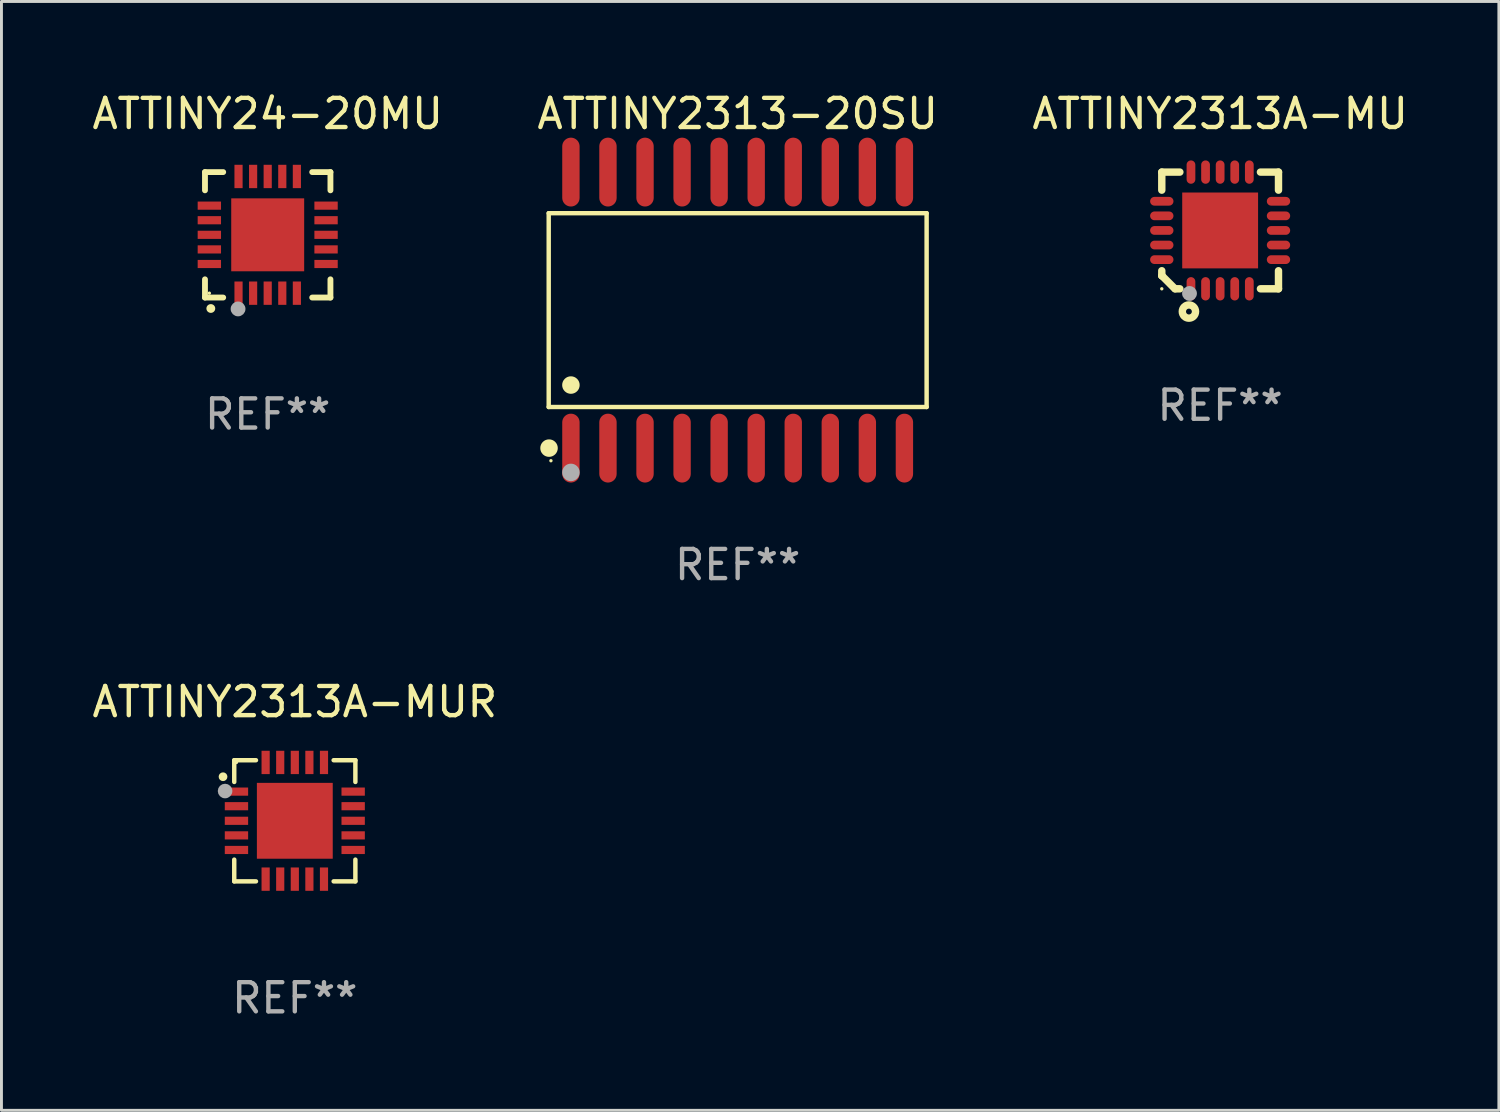
<source format=kicad_pcb>
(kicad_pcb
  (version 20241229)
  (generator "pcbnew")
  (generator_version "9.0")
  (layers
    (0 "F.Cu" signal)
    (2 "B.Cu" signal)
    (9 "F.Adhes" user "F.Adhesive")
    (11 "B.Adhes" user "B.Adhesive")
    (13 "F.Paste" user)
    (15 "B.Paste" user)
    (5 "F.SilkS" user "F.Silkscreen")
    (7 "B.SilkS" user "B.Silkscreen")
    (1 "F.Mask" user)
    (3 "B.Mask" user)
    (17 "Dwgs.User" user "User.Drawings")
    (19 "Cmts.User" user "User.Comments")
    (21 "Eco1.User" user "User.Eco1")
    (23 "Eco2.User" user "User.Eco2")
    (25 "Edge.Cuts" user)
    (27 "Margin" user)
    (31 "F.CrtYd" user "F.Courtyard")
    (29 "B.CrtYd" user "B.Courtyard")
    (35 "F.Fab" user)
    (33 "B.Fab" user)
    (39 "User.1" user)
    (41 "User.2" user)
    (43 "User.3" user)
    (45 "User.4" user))
  (footprint "ATTINY24-20MU"
    (layer "F.Cu")
    (at 6.125 4.998)
    (property "Reference" "ATTINY24-20MU" (at 0 -4.15 0) (layer "F.SilkS") (effects (font (size 1 1) (thickness 0.15))))
    (attr through_hole)
    (fp_line (start -2.15 -2.15) (end -2.15 -1.525) (stroke (width 0.2) (type solid)) (layer "F.SilkS"))
    (fp_line (start -2.15 2.15) (end -2.15 1.525) (stroke (width 0.2) (type solid)) (layer "F.SilkS"))
    (fp_line (start -1.525 -2.15) (end -2.15 -2.15) (stroke (width 0.2) (type solid)) (layer "F.SilkS"))
    (fp_line (start -1.525 2.15) (end -2.15 2.15) (stroke (width 0.2) (type solid)) (layer "F.SilkS"))
    (fp_line (start 1.525 2.15) (end 2.15 2.15) (stroke (width 0.2) (type solid)) (layer "F.SilkS"))
    (fp_line (start 2.15 -2.15) (end 1.525 -2.15) (stroke (width 0.2) (type solid)) (layer "F.SilkS"))
    (fp_line (start 2.15 -1.525) (end 2.15 -2.15) (stroke (width 0.2) (type solid)) (layer "F.SilkS"))
    (fp_line (start 2.15 2.15) (end 2.15 1.525) (stroke (width 0.2) (type solid)) (layer "F.SilkS"))
    (fp_arc (start -1.950724 2.524765) (mid -1.949454 2.52476) (end -1.948184 2.524765) (stroke (width 0.3) (type solid)) (layer "F.SilkS"))
    (fp_circle (center -2 2) (end -1.97 2) (stroke (width 0.06) (type solid)) (fill no) (layer "F.SilkS"))
    (fp_circle (center -1.016 2.54) (end -0.889 2.54) (stroke (width 0.254) (type solid)) (fill no) (layer "F.Fab"))
    (fp_text user "REF**" (at 0 6.15 0) (layer "F.Fab") (effects (font (size 1 1) (thickness 0.15))))
    (pad "1" smd rect (at -1 2) (size 0.28 0.8) (layers "F.Cu" "F.Mask" "F.Paste"))
    (pad "2" smd rect (at -0.5 2) (size 0.28 0.8) (layers "F.Cu" "F.Mask" "F.Paste"))
    (pad "3" smd rect (at 0 2) (size 0.28 0.8) (layers "F.Cu" "F.Mask" "F.Paste"))
    (pad "4" smd rect (at 0.5 2) (size 0.28 0.8) (layers "F.Cu" "F.Mask" "F.Paste"))
    (pad "5" smd rect (at 1 2) (size 0.28 0.8) (layers "F.Cu" "F.Mask" "F.Paste"))
    (pad "6" smd rect (at 2 1) (size 0.8 0.28) (layers "F.Cu" "F.Mask" "F.Paste"))
    (pad "7" smd rect (at 2 0.5) (size 0.8 0.28) (layers "F.Cu" "F.Mask" "F.Paste"))
    (pad "8" smd rect (at 2 0) (size 0.8 0.28) (layers "F.Cu" "F.Mask" "F.Paste"))
    (pad "9" smd rect (at 2 -0.5) (size 0.8 0.28) (layers "F.Cu" "F.Mask" "F.Paste"))
    (pad "10" smd rect (at 2 -1) (size 0.8 0.28) (layers "F.Cu" "F.Mask" "F.Paste"))
    (pad "11" smd rect (at 1 -2) (size 0.28 0.8) (layers "F.Cu" "F.Mask" "F.Paste"))
    (pad "12" smd rect (at 0.5 -2) (size 0.28 0.8) (layers "F.Cu" "F.Mask" "F.Paste"))
    (pad "13" smd rect (at 0 -2) (size 0.28 0.8) (layers "F.Cu" "F.Mask" "F.Paste"))
    (pad "14" smd rect (at -0.5 -2) (size 0.28 0.8) (layers "F.Cu" "F.Mask" "F.Paste"))
    (pad "15" smd rect (at -1 -2) (size 0.28 0.8) (layers "F.Cu" "F.Mask" "F.Paste"))
    (pad "16" smd rect (at -2 -1) (size 0.8 0.28) (layers "F.Cu" "F.Mask" "F.Paste"))
    (pad "17" smd rect (at -2 -0.5) (size 0.8 0.28) (layers "F.Cu" "F.Mask" "F.Paste"))
    (pad "18" smd rect (at -2 0) (size 0.8 0.28) (layers "F.Cu" "F.Mask" "F.Paste"))
    (pad "19" smd rect (at -2 0.5) (size 0.8 0.28) (layers "F.Cu" "F.Mask" "F.Paste"))
    (pad "20" smd rect (at -2 1) (size 0.8 0.28) (layers "F.Cu" "F.Mask" "F.Paste"))
    (pad "21" smd rect (at 0 0) (size 2.5 2.5) (layers "F.Cu" "F.Mask" "F.Paste")))
  (footprint "ATTINY2313A-MU"
    (layer "F.Cu")
    (at 38.768 4.848)
    (property "Reference" "ATTINY2313A-MU" (at 0 -4 0) (layer "F.SilkS") (effects (font (size 1 1) (thickness 0.15))))
    (attr through_hole)
    (fp_line (start -2 -2) (end -2 -1.381) (stroke (width 0.254) (type solid)) (layer "F.SilkS"))
    (fp_line (start -2 -2) (end -1.381 -2) (stroke (width 0.254) (type solid)) (layer "F.SilkS"))
    (fp_line (start -2 1.381) (end -2 1.55) (stroke (width 0.254) (type solid)) (layer "F.SilkS"))
    (fp_line (start -2 1.554) (end -1.993 1.554) (stroke (width 0.254) (type solid)) (layer "F.SilkS"))
    (fp_line (start -1.993 1.554) (end -1.548 2) (stroke (width 0.254) (type solid)) (layer "F.SilkS"))
    (fp_line (start -1.381 2) (end -1.54 2) (stroke (width 0.254) (type solid)) (layer "F.SilkS"))
    (fp_line (start 1.381 -2) (end 2 -2) (stroke (width 0.254) (type solid)) (layer "F.SilkS"))
    (fp_line (start 2 -2) (end 2 -1.381) (stroke (width 0.254) (type solid)) (layer "F.SilkS"))
    (fp_line (start 2 1.381) (end 2 2) (stroke (width 0.254) (type solid)) (layer "F.SilkS"))
    (fp_line (start 2 2) (end 1.381 2) (stroke (width 0.254) (type solid)) (layer "F.SilkS"))
    (fp_circle (center -2 2) (end -1.97 2) (stroke (width 0.06) (type solid)) (fill no) (layer "F.SilkS"))
    (fp_circle (center -1.07 2.78) (end -0.97 2.78) (stroke (width 0.254) (type solid)) (fill no) (layer "F.SilkS"))
    (fp_circle (center -1.05 2.16) (end -0.923 2.16) (stroke (width 0.254) (type solid)) (fill no) (layer "F.Fab"))
    (fp_text user "REF**" (at 0 6 0) (layer "F.Fab") (effects (font (size 1 1) (thickness 0.15))))
    (pad "1" smd oval (at -1 2 90) (size 0.8 0.3) (layers "F.Cu" "F.Mask" "F.Paste"))
    (pad "2" smd oval (at -0.5 2 90) (size 0.8 0.3) (layers "F.Cu" "F.Mask" "F.Paste"))
    (pad "3" smd oval (at 0.000064 2 90) (size 0.8 0.3) (layers "F.Cu" "F.Mask" "F.Paste"))
    (pad "4" smd oval (at 0.5 2 90) (size 0.8 0.3) (layers "F.Cu" "F.Mask" "F.Paste"))
    (pad "5" smd oval (at 1 2 90) (size 0.8 0.3) (layers "F.Cu" "F.Mask" "F.Paste"))
    (pad "6" smd oval (at 2 1 90) (size 0.3 0.8) (layers "F.Cu" "F.Mask" "F.Paste"))
    (pad "7" smd oval (at 2 0.5 90) (size 0.3 0.8) (layers "F.Cu" "F.Mask" "F.Paste"))
    (pad "8" smd oval (at 2 0.000064 90) (size 0.3 0.8) (layers "F.Cu" "F.Mask" "F.Paste"))
    (pad "9" smd oval (at 2 -0.5 90) (size 0.3 0.8) (layers "F.Cu" "F.Mask" "F.Paste"))
    (pad "10" smd oval (at 2 -1 90) (size 0.3 0.8) (layers "F.Cu" "F.Mask" "F.Paste"))
    (pad "11" smd oval (at 1 -2 90) (size 0.8 0.3) (layers "F.Cu" "F.Mask" "F.Paste"))
    (pad "12" smd oval (at 0.5 -2 90) (size 0.8 0.3) (layers "F.Cu" "F.Mask" "F.Paste"))
    (pad "13" smd oval (at 0.000064 -2 90) (size 0.8 0.3) (layers "F.Cu" "F.Mask" "F.Paste"))
    (pad "14" smd oval (at -0.5 -2 90) (size 0.8 0.3) (layers "F.Cu" "F.Mask" "F.Paste"))
    (pad "15" smd oval (at -1 -2 90) (size 0.8 0.3) (layers "F.Cu" "F.Mask" "F.Paste"))
    (pad "16" smd oval (at -2 -1 90) (size 0.3 0.8) (layers "F.Cu" "F.Mask" "F.Paste"))
    (pad "17" smd oval (at -2 -0.5 90) (size 0.3 0.8) (layers "F.Cu" "F.Mask" "F.Paste"))
    (pad "18" smd oval (at -2 0.000064 90) (size 0.3 0.8) (layers "F.Cu" "F.Mask" "F.Paste"))
    (pad "19" smd oval (at -2 0.5 90) (size 0.3 0.8) (layers "F.Cu" "F.Mask" "F.Paste"))
    (pad "20" smd oval (at -2 1 90) (size 0.3 0.8) (layers "F.Cu" "F.Mask" "F.Paste"))
    (pad "21" smd rect (at 0.000064 0.000064 90) (size 2.6 2.6) (layers "F.Cu" "F.Mask" "F.Paste")))
  (footprint "ATTINY2313A-MUR"
    (layer "F.Cu")
    (at 7.054 25.081)
    (property "Reference" "ATTINY2313A-MUR" (at 0 -4.076 0) (layer "F.SilkS") (effects (font (size 1 1) (thickness 0.15))))
    (attr through_hole)
    (fp_line (start -2.076 -2.076) (end -2.076 -1.331) (stroke (width 0.152) (type solid)) (layer "F.SilkS"))
    (fp_line (start -2.076 2.076) (end -2.076 1.331) (stroke (width 0.152) (type solid)) (layer "F.SilkS"))
    (fp_line (start -1.331 -2.076) (end -2.076 -2.076) (stroke (width 0.152) (type solid)) (layer "F.SilkS"))
    (fp_line (start -1.331 2.076) (end -2.076 2.076) (stroke (width 0.152) (type solid)) (layer "F.SilkS"))
    (fp_line (start 1.331 -2.076) (end 2.076 -2.076) (stroke (width 0.152) (type solid)) (layer "F.SilkS"))
    (fp_line (start 1.331 2.076) (end 2.076 2.076) (stroke (width 0.152) (type solid)) (layer "F.SilkS"))
    (fp_line (start 2.076 -2.076) (end 2.076 -1.331) (stroke (width 0.152) (type solid)) (layer "F.SilkS"))
    (fp_line (start 2.076 2.076) (end 2.076 1.331) (stroke (width 0.152) (type solid)) (layer "F.SilkS"))
    (fp_circle (center -2.46 -1.51) (end -2.385 -1.51) (stroke (width 0.15) (type solid)) (fill no) (layer "F.SilkS"))
    (fp_circle (center -2 -2) (end -1.97 -2) (stroke (width 0.06) (type solid)) (fill no) (layer "F.SilkS"))
    (fp_circle (center -2.39 -1.02) (end -2.265 -1.02) (stroke (width 0.25) (type solid)) (fill no) (layer "F.Fab"))
    (fp_text user "REF**" (at 0 6.076 0) (layer "F.Fab") (effects (font (size 1 1) (thickness 0.15))))
    (pad "1" smd rect (at -2 -1) (size 0.8 0.28) (layers "F.Cu" "F.Mask" "F.Paste"))
    (pad "2" smd rect (at -2 -0.5) (size 0.8 0.28) (layers "F.Cu" "F.Mask" "F.Paste"))
    (pad "3" smd rect (at -2 0) (size 0.8 0.28) (layers "F.Cu" "F.Mask" "F.Paste"))
    (pad "4" smd rect (at -2 0.5) (size 0.8 0.28) (layers "F.Cu" "F.Mask" "F.Paste"))
    (pad "5" smd rect (at -2 1) (size 0.8 0.28) (layers "F.Cu" "F.Mask" "F.Paste"))
    (pad "6" smd rect (at -1 2) (size 0.28 0.8) (layers "F.Cu" "F.Mask" "F.Paste"))
    (pad "7" smd rect (at -0.5 2) (size 0.28 0.8) (layers "F.Cu" "F.Mask" "F.Paste"))
    (pad "8" smd rect (at 0 2) (size 0.28 0.8) (layers "F.Cu" "F.Mask" "F.Paste"))
    (pad "9" smd rect (at 0.5 2) (size 0.28 0.8) (layers "F.Cu" "F.Mask" "F.Paste"))
    (pad "10" smd rect (at 1 2) (size 0.28 0.8) (layers "F.Cu" "F.Mask" "F.Paste"))
    (pad "11" smd rect (at 2 1) (size 0.8 0.28) (layers "F.Cu" "F.Mask" "F.Paste"))
    (pad "12" smd rect (at 2 0.5) (size 0.8 0.28) (layers "F.Cu" "F.Mask" "F.Paste"))
    (pad "13" smd rect (at 2 0) (size 0.8 0.28) (layers "F.Cu" "F.Mask" "F.Paste"))
    (pad "14" smd rect (at 2 -0.5) (size 0.8 0.28) (layers "F.Cu" "F.Mask" "F.Paste"))
    (pad "15" smd rect (at 2 -1) (size 0.8 0.28) (layers "F.Cu" "F.Mask" "F.Paste"))
    (pad "16" smd rect (at 1 -2) (size 0.28 0.8) (layers "F.Cu" "F.Mask" "F.Paste"))
    (pad "17" smd rect (at 0.5 -2) (size 0.28 0.8) (layers "F.Cu" "F.Mask" "F.Paste"))
    (pad "18" smd rect (at 0 -2) (size 0.28 0.8) (layers "F.Cu" "F.Mask" "F.Paste"))
    (pad "19" smd rect (at -0.5 -2) (size 0.28 0.8) (layers "F.Cu" "F.Mask" "F.Paste"))
    (pad "20" smd rect (at -1 -2) (size 0.28 0.8) (layers "F.Cu" "F.Mask" "F.Paste"))
    (pad "21" smd rect (at 0 0) (size 2.6 2.6) (layers "F.Cu" "F.Mask" "F.Paste")))
  (footprint "ATTINY2313-20SU"
    (layer "F.Cu")
    (at 22.232 7.578)
    (property "Reference" "ATTINY2313-20SU" (at 0 -6.73 0) (layer "F.SilkS") (effects (font (size 1 1) (thickness 0.15))))
    (attr through_hole)
    (fp_line (start -6.476 -3.321) (end 6.476 -3.321) (stroke (width 0.152) (type solid)) (layer "F.SilkS"))
    (fp_line (start -6.476 3.321) (end -6.476 -3.321) (stroke (width 0.152) (type solid)) (layer "F.SilkS"))
    (fp_line (start 6.476 -3.321) (end 6.476 3.321) (stroke (width 0.152) (type solid)) (layer "F.SilkS"))
    (fp_line (start 6.476 3.321) (end -6.476 3.321) (stroke (width 0.152) (type solid)) (layer "F.SilkS"))
    (fp_circle (center -6.465 4.73) (end -6.315 4.73) (stroke (width 0.3) (type solid)) (fill no) (layer "F.SilkS"))
    (fp_circle (center -6.4 5.163) (end -6.37 5.163) (stroke (width 0.06) (type solid)) (fill no) (layer "F.SilkS"))
    (fp_circle (center -5.715 2.569) (end -5.565 2.569) (stroke (width 0.3) (type solid)) (fill no) (layer "F.SilkS"))
    (fp_circle (center -5.715 5.563) (end -5.565 5.563) (stroke (width 0.3) (type solid)) (fill no) (layer "F.Fab"))
    (fp_text user "REF**" (at 0 8.73 0) (layer "F.Fab") (effects (font (size 1 1) (thickness 0.15))))
    (pad "1" smd oval (at -5.715 4.73) (size 0.595 2.36) (layers "F.Cu" "F.Mask" "F.Paste"))
    (pad "2" smd oval (at -4.445 4.73) (size 0.595 2.36) (layers "F.Cu" "F.Mask" "F.Paste"))
    (pad "3" smd oval (at -3.175 4.73) (size 0.595 2.36) (layers "F.Cu" "F.Mask" "F.Paste"))
    (pad "4" smd oval (at -1.905 4.73) (size 0.595 2.36) (layers "F.Cu" "F.Mask" "F.Paste"))
    (pad "5" smd oval (at -0.635 4.73) (size 0.595 2.36) (layers "F.Cu" "F.Mask" "F.Paste"))
    (pad "6" smd oval (at 0.635 4.73) (size 0.595 2.36) (layers "F.Cu" "F.Mask" "F.Paste"))
    (pad "7" smd oval (at 1.905 4.73) (size 0.595 2.36) (layers "F.Cu" "F.Mask" "F.Paste"))
    (pad "8" smd oval (at 3.175 4.73) (size 0.595 2.36) (layers "F.Cu" "F.Mask" "F.Paste"))
    (pad "9" smd oval (at 4.445 4.73) (size 0.595 2.36) (layers "F.Cu" "F.Mask" "F.Paste"))
    (pad "10" smd oval (at 5.715 4.73) (size 0.595 2.36) (layers "F.Cu" "F.Mask" "F.Paste"))
    (pad "11" smd oval (at 5.715 -4.73) (size 0.595 2.36) (layers "F.Cu" "F.Mask" "F.Paste"))
    (pad "12" smd oval (at 4.445 -4.73) (size 0.595 2.36) (layers "F.Cu" "F.Mask" "F.Paste"))
    (pad "13" smd oval (at 3.175 -4.73) (size 0.595 2.36) (layers "F.Cu" "F.Mask" "F.Paste"))
    (pad "14" smd oval (at 1.905 -4.73) (size 0.595 2.36) (layers "F.Cu" "F.Mask" "F.Paste"))
    (pad "15" smd oval (at 0.635 -4.73) (size 0.595 2.36) (layers "F.Cu" "F.Mask" "F.Paste"))
    (pad "16" smd oval (at -0.635 -4.73) (size 0.595 2.36) (layers "F.Cu" "F.Mask" "F.Paste"))
    (pad "17" smd oval (at -1.905 -4.73) (size 0.595 2.36) (layers "F.Cu" "F.Mask" "F.Paste"))
    (pad "18" smd oval (at -3.175 -4.73) (size 0.595 2.36) (layers "F.Cu" "F.Mask" "F.Paste"))
    (pad "19" smd oval (at -4.445 -4.73) (size 0.595 2.36) (layers "F.Cu" "F.Mask" "F.Paste"))
    (pad "20" smd oval (at -5.715 -4.73) (size 0.595 2.36) (layers "F.Cu" "F.Mask" "F.Paste")))
  (gr_rect
    (start -3 -3)
    (end 48.321 35.005)
    (stroke (width 0.1) (type default))
    (fill no)
    (layer "Edge.Cuts")))
</source>
